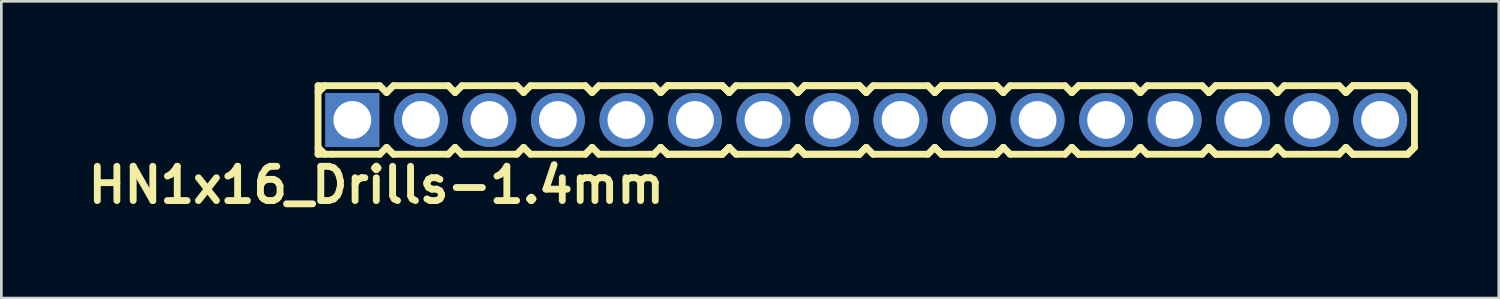
<source format=kicad_pcb>
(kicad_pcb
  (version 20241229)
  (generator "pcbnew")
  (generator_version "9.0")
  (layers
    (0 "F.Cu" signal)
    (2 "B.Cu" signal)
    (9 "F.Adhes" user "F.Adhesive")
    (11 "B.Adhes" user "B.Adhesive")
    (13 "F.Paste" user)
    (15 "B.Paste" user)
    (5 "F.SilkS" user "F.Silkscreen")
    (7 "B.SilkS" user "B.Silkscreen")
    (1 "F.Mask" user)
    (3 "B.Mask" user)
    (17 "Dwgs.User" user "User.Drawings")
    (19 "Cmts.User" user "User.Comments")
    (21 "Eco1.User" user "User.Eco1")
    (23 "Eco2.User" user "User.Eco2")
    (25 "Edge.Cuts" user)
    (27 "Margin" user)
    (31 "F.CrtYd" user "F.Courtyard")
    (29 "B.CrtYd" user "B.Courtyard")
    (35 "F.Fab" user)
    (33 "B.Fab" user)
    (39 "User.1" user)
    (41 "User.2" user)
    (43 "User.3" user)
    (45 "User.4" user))
  (footprint "HN1x16_Drills-1.4mm"
    (layer "F.Cu")
    (at 29.059 1.397)
    (property "Reference" "HN1x16_Drills-1.4mm" (at -18.161 2.413 0) (layer "F.SilkS") (effects (font (size 1.27 1.27) (thickness 0.254))))
    (attr through_hole)
    (fp_line (start -20.32 -1.27) (end -20.32 1.27) (stroke (width 0.254) (type solid)) (layer "F.SilkS"))
    (fp_line (start -20.32 -1.27) (end -20.066 -1.27) (stroke (width 0.254) (type solid)) (layer "F.SilkS"))
    (fp_line (start -20.32 -1.016) (end -20.066 -1.27) (stroke (width 0.254) (type solid)) (layer "F.SilkS"))
    (fp_line (start -20.066 -1.27) (end -18.034 -1.27) (stroke (width 0.254) (type solid)) (layer "F.SilkS"))
    (fp_line (start -20.066 1.27) (end -20.32 1.016) (stroke (width 0.254) (type solid)) (layer "F.SilkS"))
    (fp_line (start -19.812 1.27) (end -20.32 1.27) (stroke (width 0.254) (type solid)) (layer "F.SilkS"))
    (fp_line (start -18.034 -1.27) (end -17.78 -1.016) (stroke (width 0.254) (type solid)) (layer "F.SilkS"))
    (fp_line (start -18.034 1.27) (end -19.812 1.27) (stroke (width 0.254) (type solid)) (layer "F.SilkS"))
    (fp_line (start -17.78 -1.016) (end -17.526 -1.27) (stroke (width 0.254) (type solid)) (layer "F.SilkS"))
    (fp_line (start -17.78 1.016) (end -18.034 1.27) (stroke (width 0.254) (type solid)) (layer "F.SilkS"))
    (fp_line (start -17.526 -1.27) (end -15.494 -1.27) (stroke (width 0.254) (type solid)) (layer "F.SilkS"))
    (fp_line (start -17.526 1.27) (end -17.78 1.016) (stroke (width 0.254) (type solid)) (layer "F.SilkS"))
    (fp_line (start -15.494 -1.27) (end -15.24 -1.016) (stroke (width 0.254) (type solid)) (layer "F.SilkS"))
    (fp_line (start -15.494 1.27) (end -17.526 1.27) (stroke (width 0.254) (type solid)) (layer "F.SilkS"))
    (fp_line (start -15.494 1.27) (end -15.24 1.016) (stroke (width 0.254) (type solid)) (layer "F.SilkS"))
    (fp_line (start -15.24 -1.016) (end -14.986 -1.27) (stroke (width 0.254) (type solid)) (layer "F.SilkS"))
    (fp_line (start -15.24 1.016) (end -14.986 1.27) (stroke (width 0.254) (type solid)) (layer "F.SilkS"))
    (fp_line (start -14.986 -1.27) (end -12.954 -1.27) (stroke (width 0.254) (type solid)) (layer "F.SilkS"))
    (fp_line (start -12.954 -1.27) (end -12.7 -1.016) (stroke (width 0.254) (type solid)) (layer "F.SilkS"))
    (fp_line (start -12.954 1.27) (end -14.986 1.27) (stroke (width 0.254) (type solid)) (layer "F.SilkS"))
    (fp_line (start -12.7 -1.016) (end -12.446 -1.27) (stroke (width 0.254) (type solid)) (layer "F.SilkS"))
    (fp_line (start -12.7 1.016) (end -12.954 1.27) (stroke (width 0.254) (type solid)) (layer "F.SilkS"))
    (fp_line (start -12.446 -1.27) (end -10.414 -1.27) (stroke (width 0.254) (type solid)) (layer "F.SilkS"))
    (fp_line (start -12.446 1.27) (end -12.7 1.016) (stroke (width 0.254) (type solid)) (layer "F.SilkS"))
    (fp_line (start -10.414 -1.27) (end -10.16 -1.016) (stroke (width 0.254) (type solid)) (layer "F.SilkS"))
    (fp_line (start -10.414 1.27) (end -12.446 1.27) (stroke (width 0.254) (type solid)) (layer "F.SilkS"))
    (fp_line (start -10.16 -1.016) (end -9.906 -1.27) (stroke (width 0.254) (type solid)) (layer "F.SilkS"))
    (fp_line (start -10.16 1.016) (end -10.414 1.27) (stroke (width 0.254) (type solid)) (layer "F.SilkS"))
    (fp_line (start -9.906 -1.27) (end -7.874 -1.27) (stroke (width 0.254) (type solid)) (layer "F.SilkS"))
    (fp_line (start -9.906 1.27) (end -10.16 1.016) (stroke (width 0.254) (type solid)) (layer "F.SilkS"))
    (fp_line (start -7.874 -1.27) (end -7.62 -1.016) (stroke (width 0.254) (type solid)) (layer "F.SilkS"))
    (fp_line (start -7.874 1.27) (end -9.906 1.27) (stroke (width 0.254) (type solid)) (layer "F.SilkS"))
    (fp_line (start -7.62 -1.016) (end -7.366 -1.27) (stroke (width 0.254) (type solid)) (layer "F.SilkS"))
    (fp_line (start -7.62 -1.016) (end -7.366 -1.27) (stroke (width 0.254) (type solid)) (layer "F.SilkS"))
    (fp_line (start -7.62 1.016) (end -7.874 1.27) (stroke (width 0.254) (type solid)) (layer "F.SilkS"))
    (fp_line (start -7.366 -1.27) (end -5.334 -1.27) (stroke (width 0.254) (type solid)) (layer "F.SilkS"))
    (fp_line (start -7.366 -1.27) (end -5.334 -1.27) (stroke (width 0.254) (type solid)) (layer "F.SilkS"))
    (fp_line (start -7.366 1.27) (end -7.62 1.016) (stroke (width 0.254) (type solid)) (layer "F.SilkS"))
    (fp_line (start -7.366 1.27) (end -7.62 1.016) (stroke (width 0.254) (type solid)) (layer "F.SilkS"))
    (fp_line (start -5.334 -1.27) (end -5.08 -1.016) (stroke (width 0.254) (type solid)) (layer "F.SilkS"))
    (fp_line (start -5.334 -1.27) (end -5.08 -1.016) (stroke (width 0.254) (type solid)) (layer "F.SilkS"))
    (fp_line (start -5.334 1.27) (end -7.366 1.27) (stroke (width 0.254) (type solid)) (layer "F.SilkS"))
    (fp_line (start -5.334 1.27) (end -7.366 1.27) (stroke (width 0.254) (type solid)) (layer "F.SilkS"))
    (fp_line (start -5.08 -1.016) (end -4.826 -1.27) (stroke (width 0.254) (type solid)) (layer "F.SilkS"))
    (fp_line (start -5.08 1.016) (end -5.334 1.27) (stroke (width 0.254) (type solid)) (layer "F.SilkS"))
    (fp_line (start -5.08 1.016) (end -5.334 1.27) (stroke (width 0.254) (type solid)) (layer "F.SilkS"))
    (fp_line (start -4.826 -1.27) (end -2.794 -1.27) (stroke (width 0.254) (type solid)) (layer "F.SilkS"))
    (fp_line (start -4.826 1.27) (end -5.08 1.016) (stroke (width 0.254) (type solid)) (layer "F.SilkS"))
    (fp_line (start -2.794 -1.27) (end -2.54 -1.016) (stroke (width 0.254) (type solid)) (layer "F.SilkS"))
    (fp_line (start -2.794 1.27) (end -4.826 1.27) (stroke (width 0.254) (type solid)) (layer "F.SilkS"))
    (fp_line (start -2.54 -1.016) (end -2.286 -1.27) (stroke (width 0.254) (type solid)) (layer "F.SilkS"))
    (fp_line (start -2.54 -1.016) (end -2.286 -1.27) (stroke (width 0.254) (type solid)) (layer "F.SilkS"))
    (fp_line (start -2.54 1.016) (end -2.794 1.27) (stroke (width 0.254) (type solid)) (layer "F.SilkS"))
    (fp_line (start -2.286 -1.27) (end -0.254 -1.27) (stroke (width 0.254) (type solid)) (layer "F.SilkS"))
    (fp_line (start -2.286 -1.27) (end -0.254 -1.27) (stroke (width 0.254) (type solid)) (layer "F.SilkS"))
    (fp_line (start -2.286 1.27) (end -2.54 1.016) (stroke (width 0.254) (type solid)) (layer "F.SilkS"))
    (fp_line (start -2.286 1.27) (end -2.54 1.016) (stroke (width 0.254) (type solid)) (layer "F.SilkS"))
    (fp_line (start -0.254 -1.27) (end 0 -1.016) (stroke (width 0.254) (type solid)) (layer "F.SilkS"))
    (fp_line (start -0.254 -1.27) (end 0 -1.016) (stroke (width 0.254) (type solid)) (layer "F.SilkS"))
    (fp_line (start -0.254 1.27) (end -2.286 1.27) (stroke (width 0.254) (type solid)) (layer "F.SilkS"))
    (fp_line (start -0.254 1.27) (end -2.286 1.27) (stroke (width 0.254) (type solid)) (layer "F.SilkS"))
    (fp_line (start 0 -1.016) (end 0.254 -1.27) (stroke (width 0.254) (type solid)) (layer "F.SilkS"))
    (fp_line (start 0 1.016) (end -0.254 1.27) (stroke (width 0.254) (type solid)) (layer "F.SilkS"))
    (fp_line (start 0 1.016) (end -0.254 1.27) (stroke (width 0.254) (type solid)) (layer "F.SilkS"))
    (fp_line (start 0.254 -1.27) (end 2.286 -1.27) (stroke (width 0.254) (type solid)) (layer "F.SilkS"))
    (fp_line (start 0.254 1.27) (end 0 1.016) (stroke (width 0.254) (type solid)) (layer "F.SilkS"))
    (fp_line (start 2.286 -1.27) (end 2.54 -1.016) (stroke (width 0.254) (type solid)) (layer "F.SilkS"))
    (fp_line (start 2.286 1.27) (end 0.254 1.27) (stroke (width 0.254) (type solid)) (layer "F.SilkS"))
    (fp_line (start 2.54 -1.016) (end 2.794 -1.27) (stroke (width 0.254) (type solid)) (layer "F.SilkS"))
    (fp_line (start 2.54 -1.016) (end 2.794 -1.27) (stroke (width 0.254) (type solid)) (layer "F.SilkS"))
    (fp_line (start 2.54 1.016) (end 2.286 1.27) (stroke (width 0.254) (type solid)) (layer "F.SilkS"))
    (fp_line (start 2.794 -1.27) (end 4.826 -1.27) (stroke (width 0.254) (type solid)) (layer "F.SilkS"))
    (fp_line (start 2.794 -1.27) (end 4.826 -1.27) (stroke (width 0.254) (type solid)) (layer "F.SilkS"))
    (fp_line (start 2.794 1.27) (end 2.54 1.016) (stroke (width 0.254) (type solid)) (layer "F.SilkS"))
    (fp_line (start 2.794 1.27) (end 2.54 1.016) (stroke (width 0.254) (type solid)) (layer "F.SilkS"))
    (fp_line (start 4.826 -1.27) (end 5.08 -1.016) (stroke (width 0.254) (type solid)) (layer "F.SilkS"))
    (fp_line (start 4.826 -1.27) (end 5.08 -1.016) (stroke (width 0.254) (type solid)) (layer "F.SilkS"))
    (fp_line (start 4.826 1.27) (end 2.794 1.27) (stroke (width 0.254) (type solid)) (layer "F.SilkS"))
    (fp_line (start 4.826 1.27) (end 2.794 1.27) (stroke (width 0.254) (type solid)) (layer "F.SilkS"))
    (fp_line (start 5.08 -1.016) (end 5.334 -1.27) (stroke (width 0.254) (type solid)) (layer "F.SilkS"))
    (fp_line (start 5.08 1.016) (end 4.826 1.27) (stroke (width 0.254) (type solid)) (layer "F.SilkS"))
    (fp_line (start 5.08 1.016) (end 4.826 1.27) (stroke (width 0.254) (type solid)) (layer "F.SilkS"))
    (fp_line (start 5.334 -1.27) (end 7.366 -1.27) (stroke (width 0.254) (type solid)) (layer "F.SilkS"))
    (fp_line (start 5.334 1.27) (end 5.08 1.016) (stroke (width 0.254) (type solid)) (layer "F.SilkS"))
    (fp_line (start 7.366 -1.27) (end 7.62 -1.016) (stroke (width 0.254) (type solid)) (layer "F.SilkS"))
    (fp_line (start 7.366 1.27) (end 5.334 1.27) (stroke (width 0.254) (type solid)) (layer "F.SilkS"))
    (fp_line (start 7.62 -1.016) (end 7.874 -1.27) (stroke (width 0.254) (type solid)) (layer "F.SilkS"))
    (fp_line (start 7.62 -1.016) (end 7.874 -1.27) (stroke (width 0.254) (type solid)) (layer "F.SilkS"))
    (fp_line (start 7.62 1.016) (end 7.366 1.27) (stroke (width 0.254) (type solid)) (layer "F.SilkS"))
    (fp_line (start 7.874 -1.27) (end 9.906 -1.27) (stroke (width 0.254) (type solid)) (layer "F.SilkS"))
    (fp_line (start 7.874 -1.27) (end 9.906 -1.27) (stroke (width 0.254) (type solid)) (layer "F.SilkS"))
    (fp_line (start 7.874 1.27) (end 7.62 1.016) (stroke (width 0.254) (type solid)) (layer "F.SilkS"))
    (fp_line (start 7.874 1.27) (end 7.62 1.016) (stroke (width 0.254) (type solid)) (layer "F.SilkS"))
    (fp_line (start 9.906 -1.27) (end 10.16 -1.016) (stroke (width 0.254) (type solid)) (layer "F.SilkS"))
    (fp_line (start 9.906 -1.27) (end 10.16 -1.016) (stroke (width 0.254) (type solid)) (layer "F.SilkS"))
    (fp_line (start 9.906 1.27) (end 7.874 1.27) (stroke (width 0.254) (type solid)) (layer "F.SilkS"))
    (fp_line (start 9.906 1.27) (end 7.874 1.27) (stroke (width 0.254) (type solid)) (layer "F.SilkS"))
    (fp_line (start 10.16 -1.016) (end 10.414 -1.27) (stroke (width 0.254) (type solid)) (layer "F.SilkS"))
    (fp_line (start 10.16 1.016) (end 9.906 1.27) (stroke (width 0.254) (type solid)) (layer "F.SilkS"))
    (fp_line (start 10.16 1.016) (end 9.906 1.27) (stroke (width 0.254) (type solid)) (layer "F.SilkS"))
    (fp_line (start 10.414 -1.27) (end 12.446 -1.27) (stroke (width 0.254) (type solid)) (layer "F.SilkS"))
    (fp_line (start 10.414 1.27) (end 10.16 1.016) (stroke (width 0.254) (type solid)) (layer "F.SilkS"))
    (fp_line (start 12.446 -1.27) (end 12.7 -1.016) (stroke (width 0.254) (type solid)) (layer "F.SilkS"))
    (fp_line (start 12.446 1.27) (end 10.414 1.27) (stroke (width 0.254) (type solid)) (layer "F.SilkS"))
    (fp_line (start 12.7 -1.016) (end 12.954 -1.27) (stroke (width 0.254) (type solid)) (layer "F.SilkS"))
    (fp_line (start 12.7 -1.016) (end 12.954 -1.27) (stroke (width 0.254) (type solid)) (layer "F.SilkS"))
    (fp_line (start 12.7 1.016) (end 12.446 1.27) (stroke (width 0.254) (type solid)) (layer "F.SilkS"))
    (fp_line (start 12.954 -1.27) (end 14.986 -1.27) (stroke (width 0.254) (type solid)) (layer "F.SilkS"))
    (fp_line (start 12.954 -1.27) (end 14.986 -1.27) (stroke (width 0.254) (type solid)) (layer "F.SilkS"))
    (fp_line (start 12.954 1.27) (end 12.7 1.016) (stroke (width 0.254) (type solid)) (layer "F.SilkS"))
    (fp_line (start 12.954 1.27) (end 12.7 1.016) (stroke (width 0.254) (type solid)) (layer "F.SilkS"))
    (fp_line (start 14.986 -1.27) (end 15.24 -1.016) (stroke (width 0.254) (type solid)) (layer "F.SilkS"))
    (fp_line (start 14.986 -1.27) (end 15.24 -1.016) (stroke (width 0.254) (type solid)) (layer "F.SilkS"))
    (fp_line (start 14.986 1.27) (end 12.954 1.27) (stroke (width 0.254) (type solid)) (layer "F.SilkS"))
    (fp_line (start 14.986 1.27) (end 12.954 1.27) (stroke (width 0.254) (type solid)) (layer "F.SilkS"))
    (fp_line (start 15.24 -1.016) (end 15.494 -1.27) (stroke (width 0.254) (type solid)) (layer "F.SilkS"))
    (fp_line (start 15.24 1.016) (end 14.986 1.27) (stroke (width 0.254) (type solid)) (layer "F.SilkS"))
    (fp_line (start 15.24 1.016) (end 14.986 1.27) (stroke (width 0.254) (type solid)) (layer "F.SilkS"))
    (fp_line (start 15.494 -1.27) (end 17.526 -1.27) (stroke (width 0.254) (type solid)) (layer "F.SilkS"))
    (fp_line (start 15.494 1.27) (end 15.24 1.016) (stroke (width 0.254) (type solid)) (layer "F.SilkS"))
    (fp_line (start 17.526 -1.27) (end 17.78 -1.016) (stroke (width 0.254) (type solid)) (layer "F.SilkS"))
    (fp_line (start 17.526 1.27) (end 15.494 1.27) (stroke (width 0.254) (type solid)) (layer "F.SilkS"))
    (fp_line (start 17.78 -1.016) (end 18.034 -1.27) (stroke (width 0.254) (type solid)) (layer "F.SilkS"))
    (fp_line (start 17.78 -1.016) (end 18.034 -1.27) (stroke (width 0.254) (type solid)) (layer "F.SilkS"))
    (fp_line (start 17.78 1.016) (end 17.526 1.27) (stroke (width 0.254) (type solid)) (layer "F.SilkS"))
    (fp_line (start 18.034 -1.27) (end 20.066 -1.27) (stroke (width 0.254) (type solid)) (layer "F.SilkS"))
    (fp_line (start 18.034 -1.27) (end 20.066 -1.27) (stroke (width 0.254) (type solid)) (layer "F.SilkS"))
    (fp_line (start 18.034 1.27) (end 17.78 1.016) (stroke (width 0.254) (type solid)) (layer "F.SilkS"))
    (fp_line (start 18.034 1.27) (end 17.78 1.016) (stroke (width 0.254) (type solid)) (layer "F.SilkS"))
    (fp_line (start 20.066 -1.27) (end 20.32 -1.016) (stroke (width 0.254) (type solid)) (layer "F.SilkS"))
    (fp_line (start 20.066 -1.27) (end 20.32 -1.016) (stroke (width 0.254) (type solid)) (layer "F.SilkS"))
    (fp_line (start 20.066 1.27) (end 18.034 1.27) (stroke (width 0.254) (type solid)) (layer "F.SilkS"))
    (fp_line (start 20.066 1.27) (end 18.034 1.27) (stroke (width 0.254) (type solid)) (layer "F.SilkS"))
    (fp_line (start 20.32 -1.016) (end 20.32 1.016) (stroke (width 0.254) (type solid)) (layer "F.SilkS"))
    (fp_line (start 20.32 1.016) (end 20.066 1.27) (stroke (width 0.254) (type solid)) (layer "F.SilkS"))
    (fp_line (start 20.32 1.016) (end 20.066 1.27) (stroke (width 0.254) (type solid)) (layer "F.SilkS"))
    (pad "1" thru_hole rect (at -19.05 0) (size 2 2) (drill 1.4) (layers "*.Cu" "*.Mask"))
    (pad "2" thru_hole circle (at -16.51 0) (size 2 2) (drill 1.4) (layers "*.Cu" "*.Mask"))
    (pad "3" thru_hole circle (at -13.97 0) (size 2 2) (drill 1.4) (layers "*.Cu" "*.Mask"))
    (pad "4" thru_hole circle (at -11.43 0) (size 2 2) (drill 1.4) (layers "*.Cu" "*.Mask"))
    (pad "5" thru_hole circle (at -8.89 0) (size 2 2) (drill 1.4) (layers "*.Cu" "*.Mask"))
    (pad "6" thru_hole circle (at -6.35 0) (size 2 2) (drill 1.4) (layers "*.Cu" "*.Mask"))
    (pad "7" thru_hole circle (at -3.81 0) (size 2 2) (drill 1.4) (layers "*.Cu" "*.Mask"))
    (pad "8" thru_hole circle (at -1.27 0) (size 2 2) (drill 1.4) (layers "*.Cu" "*.Mask"))
    (pad "9" thru_hole circle (at 1.27 0) (size 2 2) (drill 1.4) (layers "*.Cu" "*.Mask"))
    (pad "10" thru_hole circle (at 3.81 0) (size 2 2) (drill 1.4) (layers "*.Cu" "*.Mask"))
    (pad "11" thru_hole circle (at 6.35 0) (size 2 2) (drill 1.4) (layers "*.Cu" "*.Mask"))
    (pad "12" thru_hole circle (at 8.89 0) (size 2 2) (drill 1.4) (layers "*.Cu" "*.Mask"))
    (pad "13" thru_hole circle (at 11.43 0) (size 2 2) (drill 1.4) (layers "*.Cu" "*.Mask"))
    (pad "14" thru_hole circle (at 13.97 0) (size 2 2) (drill 1.4) (layers "*.Cu" "*.Mask"))
    (pad "15" thru_hole circle (at 16.51 0) (size 2 2) (drill 1.4) (layers "*.Cu" "*.Mask"))
    (pad "16" thru_hole circle (at 19.05 0) (size 2 2) (drill 1.4) (layers "*.Cu" "*.Mask")))
  (gr_rect
    (start -3 -3)
    (end 52.506 7.999)
    (stroke (width 0.1) (type default))
    (fill no)
    (layer "Edge.Cuts")))
</source>
